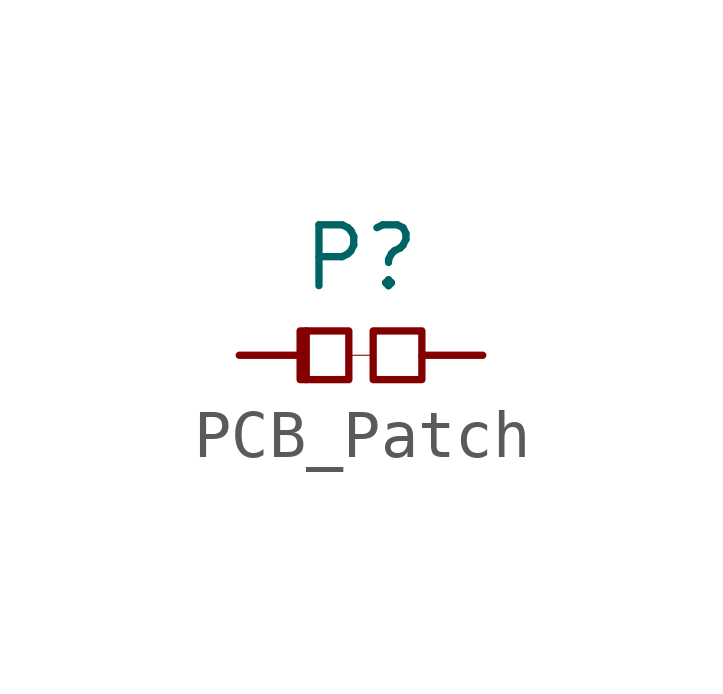
<source format=kicad_sym>
(kicad_symbol_lib
  (version 20231120)
  (generator "kicad_symbol_editor")
  (generator_version "8.0")
  (symbol "PCB_Patch"
    (pin_numbers hide)
    (pin_names
      (offset 0.762) hide)
    (property "Reference" "P"
      (at 0 2.032 0)
      (effects (font (size 1.27 1.27))))
    (symbol "PCB_Patch_0_1"
      (rectangle (start -0.254 0.508) (end -1.27 -0.508) (stroke (width 0) (type default)) (fill (type none)))
      (polyline (pts (xy -1.143 0.508) (xy -1.143 -0.508)) (stroke (width 0) (type default)) (fill (type none)))
      (polyline (pts (xy -0.254 0) (xy 0.254 0)) (stroke (width 0.001) (type default)) (fill (type none)))
      (rectangle (start 0.254 0.508) (end 1.27 -0.508) (stroke (width 0) (type default)) (fill (type none))))
    (symbol "PCB_Patch_1_1"
      (pin passive line (at -2.54 0 0) (length 1.27) (name "1" (effects (font (size 1.27 1.27)))) (number "1" (effects (font (size 1.27 1.27)))))
      (pin passive line (at 2.54 0 180) (length 1.27) (name "2" (effects (font (size 1.27 1.27)))) (number "2" (effects (font (size 1.27 1.27))))))))
</source>
